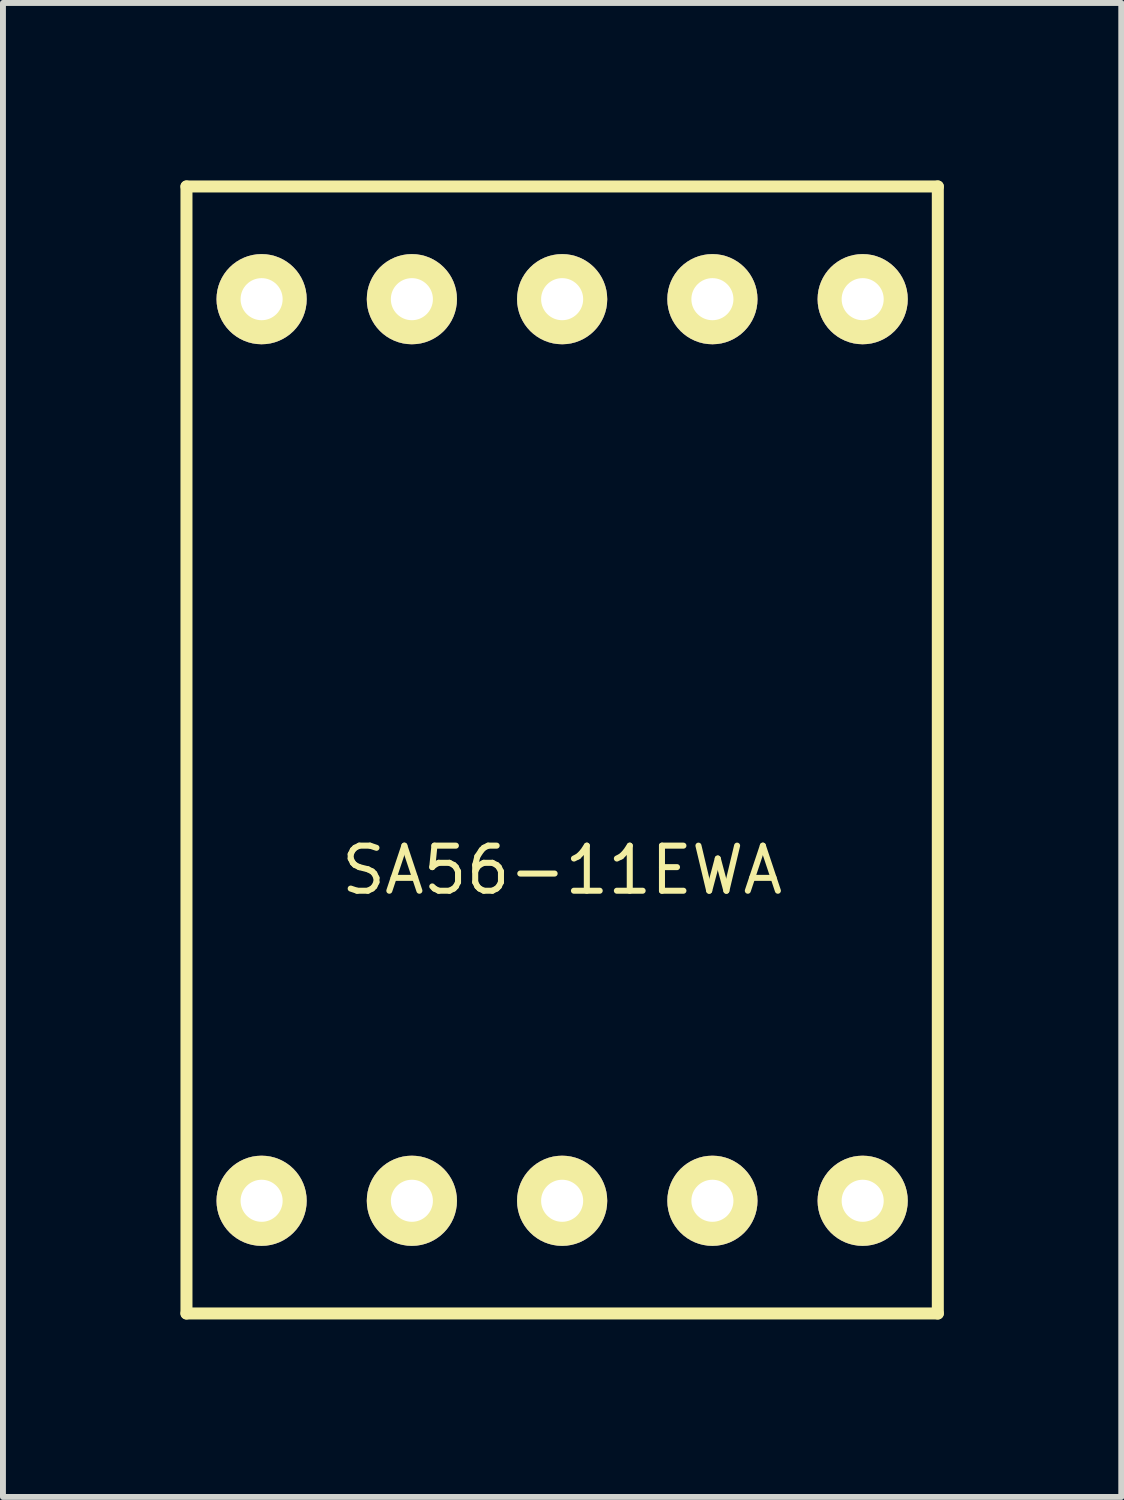
<source format=kicad_pcb>
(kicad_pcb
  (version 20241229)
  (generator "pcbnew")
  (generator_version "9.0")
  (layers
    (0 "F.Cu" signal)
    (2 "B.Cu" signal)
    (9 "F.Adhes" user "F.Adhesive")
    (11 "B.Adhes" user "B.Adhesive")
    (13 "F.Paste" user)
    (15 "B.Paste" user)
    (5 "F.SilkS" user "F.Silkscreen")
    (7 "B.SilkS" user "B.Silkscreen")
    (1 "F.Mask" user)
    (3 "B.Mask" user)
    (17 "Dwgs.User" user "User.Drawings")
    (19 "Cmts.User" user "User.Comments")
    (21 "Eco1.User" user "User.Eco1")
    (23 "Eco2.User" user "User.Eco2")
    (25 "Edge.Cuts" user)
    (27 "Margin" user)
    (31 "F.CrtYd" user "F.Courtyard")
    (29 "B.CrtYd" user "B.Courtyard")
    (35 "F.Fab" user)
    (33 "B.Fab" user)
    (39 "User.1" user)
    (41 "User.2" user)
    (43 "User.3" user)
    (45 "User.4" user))
  (footprint "SA56-11EWA"
    (layer "F.Cu")
    (at 6.452 9.627)
    (property "Reference" "SA56-11EWA" (at 0 2.032 0) (layer "F.SilkS") (effects (font (size 0.762 0.762) (thickness 0.102))))
    (attr through_hole)
    (fp_line (start -6.35 -9.525) (end -6.35 9.525) (stroke (width 0.203) (type solid)) (layer "F.SilkS"))
    (fp_line (start -6.35 -9.525) (end 6.35 -9.525) (stroke (width 0.203) (type solid)) (layer "F.SilkS"))
    (fp_line (start -6.35 9.525) (end 6.35 9.525) (stroke (width 0.203) (type solid)) (layer "F.SilkS"))
    (fp_line (start 6.35 9.525) (end 6.35 -9.525) (stroke (width 0.203) (type solid)) (layer "F.SilkS"))
    (pad "1" thru_hole circle (at -5.08 7.62) (size 1.524 1.524) (drill 0.711) (layers "*.Cu" "*.Mask" "F.SilkS"))
    (pad "2" thru_hole circle (at -2.54 7.62) (size 1.524 1.524) (drill 0.711) (layers "*.Cu" "*.Mask" "F.SilkS"))
    (pad "3" thru_hole circle (at 0 7.62) (size 1.524 1.524) (drill 0.711) (layers "*.Cu" "*.Mask" "F.SilkS"))
    (pad "4" thru_hole circle (at 2.54 7.62) (size 1.524 1.524) (drill 0.711) (layers "*.Cu" "*.Mask" "F.SilkS"))
    (pad "5" thru_hole circle (at 5.08 7.62) (size 1.524 1.524) (drill 0.711) (layers "*.Cu" "*.Mask" "F.SilkS"))
    (pad "6" thru_hole circle (at 5.08 -7.62) (size 1.524 1.524) (drill 0.711) (layers "*.Cu" "*.Mask" "F.SilkS"))
    (pad "7" thru_hole circle (at 2.54 -7.62) (size 1.524 1.524) (drill 0.711) (layers "*.Cu" "*.Mask" "F.SilkS"))
    (pad "8" thru_hole circle (at 0 -7.62) (size 1.524 1.524) (drill 0.711) (layers "*.Cu" "*.Mask" "F.SilkS"))
    (pad "9" thru_hole circle (at -2.54 -7.62) (size 1.524 1.524) (drill 0.711) (layers "*.Cu" "*.Mask" "F.SilkS"))
    (pad "10" thru_hole circle (at -5.08 -7.62) (size 1.524 1.524) (drill 0.711) (layers "*.Cu" "*.Mask" "F.SilkS")))
  (gr_rect
    (start -3 -3)
    (end 15.903 22.253)
    (stroke (width 0.1) (type default))
    (fill no)
    (layer "Edge.Cuts")))
</source>
